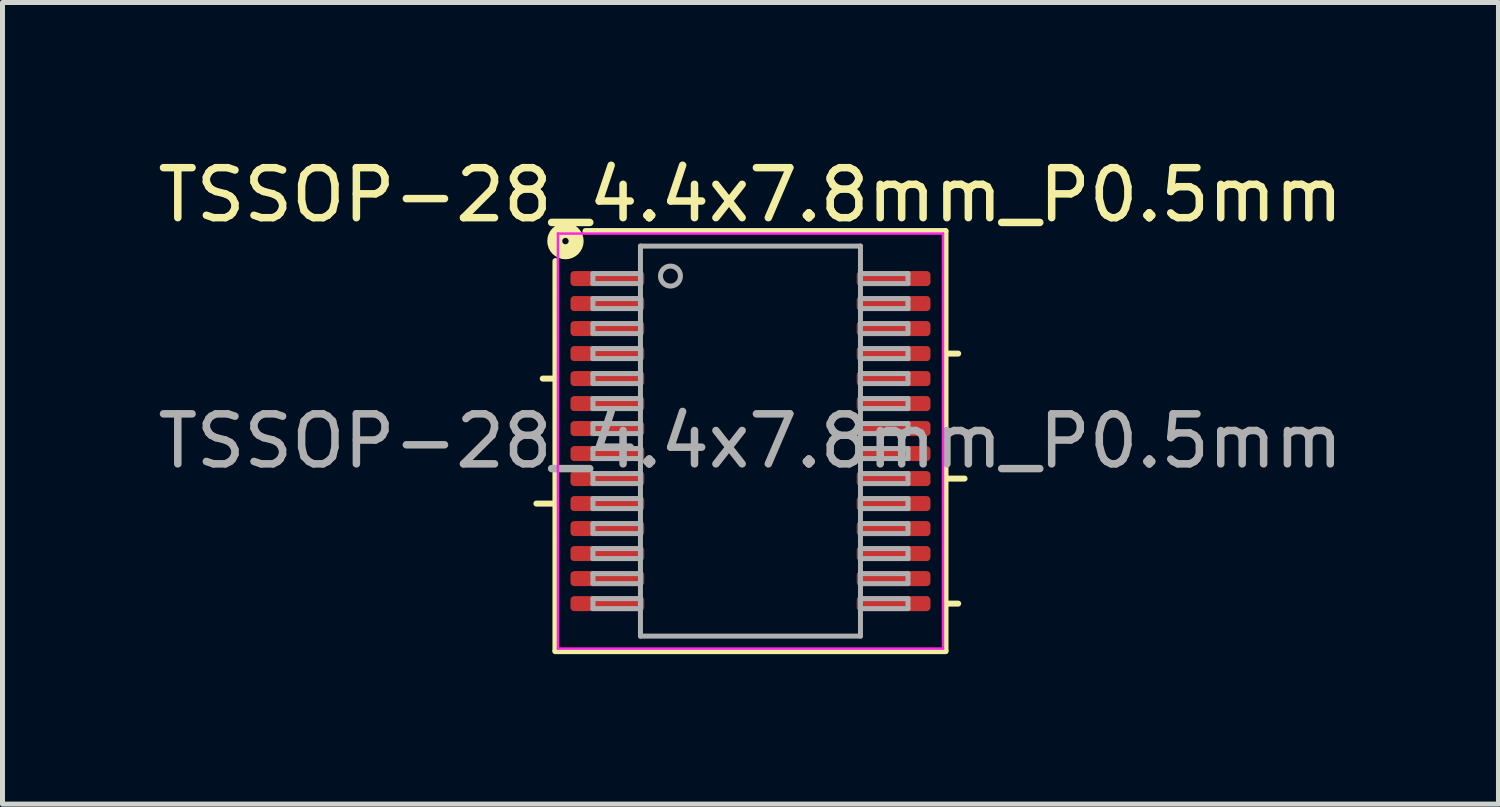
<source format=kicad_pcb>
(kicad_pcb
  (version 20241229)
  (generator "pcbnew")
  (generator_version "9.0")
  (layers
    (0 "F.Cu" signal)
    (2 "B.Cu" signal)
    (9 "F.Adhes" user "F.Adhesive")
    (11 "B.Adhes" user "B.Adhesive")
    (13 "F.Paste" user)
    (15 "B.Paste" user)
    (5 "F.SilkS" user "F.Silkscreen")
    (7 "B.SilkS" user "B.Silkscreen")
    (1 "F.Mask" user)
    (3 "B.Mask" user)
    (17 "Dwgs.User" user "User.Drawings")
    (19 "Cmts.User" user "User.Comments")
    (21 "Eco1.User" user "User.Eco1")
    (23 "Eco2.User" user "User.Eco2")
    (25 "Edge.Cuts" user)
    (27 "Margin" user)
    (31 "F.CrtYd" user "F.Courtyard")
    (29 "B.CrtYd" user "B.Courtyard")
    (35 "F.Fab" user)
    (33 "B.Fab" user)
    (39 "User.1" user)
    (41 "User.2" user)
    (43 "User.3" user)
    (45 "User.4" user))
  (footprint "TSSOP-28_4.4x7.8mm_P0.5mm"
    (layer "F.Cu")
    (at 11.958 5.771)
    (property "Reference" "TSSOP-28_4.4x7.8mm_P0.5mm" (at 0 -4.923 0) (layer "F.SilkS") (effects (font (size 1 1) (thickness 0.15))))
    (attr smd)
    (fp_line (start -4.281 1.25) (end -3.9 1.25) (stroke (width 0.12) (type solid)) (layer "F.SilkS"))
    (fp_line (start -4.154 -1.25) (end -3.9 -1.25) (stroke (width 0.12) (type solid)) (layer "F.SilkS"))
    (fp_line (start -3.9 -3.6) (end -3.9 4.2) (stroke (width 0.12) (type solid)) (layer "F.SilkS"))
    (fp_line (start -3.9 4.2) (end 3.9 4.2) (stroke (width 0.12) (type solid)) (layer "F.SilkS"))
    (fp_line (start 3.9 -4.2) (end -3.3 -4.2) (stroke (width 0.12) (type solid)) (layer "F.SilkS"))
    (fp_line (start 3.9 -1.75) (end 4.154 -1.75) (stroke (width 0.12) (type solid)) (layer "F.SilkS"))
    (fp_line (start 3.9 0.75) (end 4.281 0.75) (stroke (width 0.12) (type solid)) (layer "F.SilkS"))
    (fp_line (start 3.9 3.25) (end 4.154 3.25) (stroke (width 0.12) (type solid)) (layer "F.SilkS"))
    (fp_line (start 3.9 4.2) (end 3.9 -4.2) (stroke (width 0.12) (type solid)) (layer "F.SilkS"))
    (fp_circle (center -3.7 -4) (end -3.636 -4) (stroke (width 0.3) (type solid)) (fill no) (layer "F.SilkS"))
    (fp_line (start -3.85 -4.15) (end -3.85 4.15) (stroke (width 0.05) (type solid)) (layer "F.CrtYd"))
    (fp_line (start -3.85 4.15) (end 3.85 4.15) (stroke (width 0.05) (type solid)) (layer "F.CrtYd"))
    (fp_line (start 3.85 -4.15) (end -3.85 -4.15) (stroke (width 0.05) (type solid)) (layer "F.CrtYd"))
    (fp_line (start 3.85 4.15) (end 3.85 -4.15) (stroke (width 0.05) (type solid)) (layer "F.CrtYd"))
    (fp_line (start -3.15 -3.35) (end -3.15 -3.15) (stroke (width 0.1) (type solid)) (layer "F.Fab"))
    (fp_line (start -3.15 -3.35) (end -2.2 -3.35) (stroke (width 0.1) (type solid)) (layer "F.Fab"))
    (fp_line (start -3.15 -3.15) (end -2.2 -3.15) (stroke (width 0.1) (type solid)) (layer "F.Fab"))
    (fp_line (start -3.15 -2.85) (end -3.15 -2.65) (stroke (width 0.1) (type solid)) (layer "F.Fab"))
    (fp_line (start -3.15 -2.85) (end -2.2 -2.85) (stroke (width 0.1) (type solid)) (layer "F.Fab"))
    (fp_line (start -3.15 -2.65) (end -2.2 -2.65) (stroke (width 0.1) (type solid)) (layer "F.Fab"))
    (fp_line (start -3.15 -2.35) (end -3.15 -2.15) (stroke (width 0.1) (type solid)) (layer "F.Fab"))
    (fp_line (start -3.15 -2.35) (end -2.2 -2.35) (stroke (width 0.1) (type solid)) (layer "F.Fab"))
    (fp_line (start -3.15 -2.15) (end -2.2 -2.15) (stroke (width 0.1) (type solid)) (layer "F.Fab"))
    (fp_line (start -3.15 -1.85) (end -3.15 -1.65) (stroke (width 0.1) (type solid)) (layer "F.Fab"))
    (fp_line (start -3.15 -1.85) (end -2.2 -1.85) (stroke (width 0.1) (type solid)) (layer "F.Fab"))
    (fp_line (start -3.15 -1.65) (end -2.2 -1.65) (stroke (width 0.1) (type solid)) (layer "F.Fab"))
    (fp_line (start -3.15 -1.35) (end -3.15 -1.15) (stroke (width 0.1) (type solid)) (layer "F.Fab"))
    (fp_line (start -3.15 -1.35) (end -2.2 -1.35) (stroke (width 0.1) (type solid)) (layer "F.Fab"))
    (fp_line (start -3.15 -1.15) (end -2.2 -1.15) (stroke (width 0.1) (type solid)) (layer "F.Fab"))
    (fp_line (start -3.15 -0.85) (end -3.15 -0.65) (stroke (width 0.1) (type solid)) (layer "F.Fab"))
    (fp_line (start -3.15 -0.85) (end -2.2 -0.85) (stroke (width 0.1) (type solid)) (layer "F.Fab"))
    (fp_line (start -3.15 -0.65) (end -2.2 -0.65) (stroke (width 0.1) (type solid)) (layer "F.Fab"))
    (fp_line (start -3.15 -0.35) (end -3.15 -0.15) (stroke (width 0.1) (type solid)) (layer "F.Fab"))
    (fp_line (start -3.15 -0.35) (end -2.2 -0.35) (stroke (width 0.1) (type solid)) (layer "F.Fab"))
    (fp_line (start -3.15 -0.15) (end -2.2 -0.15) (stroke (width 0.1) (type solid)) (layer "F.Fab"))
    (fp_line (start -3.15 0.15) (end -3.15 0.35) (stroke (width 0.1) (type solid)) (layer "F.Fab"))
    (fp_line (start -3.15 0.15) (end -2.2 0.15) (stroke (width 0.1) (type solid)) (layer "F.Fab"))
    (fp_line (start -3.15 0.35) (end -2.2 0.35) (stroke (width 0.1) (type solid)) (layer "F.Fab"))
    (fp_line (start -3.15 0.65) (end -3.15 0.85) (stroke (width 0.1) (type solid)) (layer "F.Fab"))
    (fp_line (start -3.15 0.65) (end -2.2 0.65) (stroke (width 0.1) (type solid)) (layer "F.Fab"))
    (fp_line (start -3.15 0.85) (end -2.2 0.85) (stroke (width 0.1) (type solid)) (layer "F.Fab"))
    (fp_line (start -3.15 1.15) (end -3.15 1.35) (stroke (width 0.1) (type solid)) (layer "F.Fab"))
    (fp_line (start -3.15 1.15) (end -2.2 1.15) (stroke (width 0.1) (type solid)) (layer "F.Fab"))
    (fp_line (start -3.15 1.35) (end -2.2 1.35) (stroke (width 0.1) (type solid)) (layer "F.Fab"))
    (fp_line (start -3.15 1.65) (end -3.15 1.85) (stroke (width 0.1) (type solid)) (layer "F.Fab"))
    (fp_line (start -3.15 1.65) (end -2.2 1.65) (stroke (width 0.1) (type solid)) (layer "F.Fab"))
    (fp_line (start -3.15 1.85) (end -2.2 1.85) (stroke (width 0.1) (type solid)) (layer "F.Fab"))
    (fp_line (start -3.15 2.15) (end -3.15 2.35) (stroke (width 0.1) (type solid)) (layer "F.Fab"))
    (fp_line (start -3.15 2.15) (end -2.2 2.15) (stroke (width 0.1) (type solid)) (layer "F.Fab"))
    (fp_line (start -3.15 2.35) (end -2.2 2.35) (stroke (width 0.1) (type solid)) (layer "F.Fab"))
    (fp_line (start -3.15 2.65) (end -3.15 2.85) (stroke (width 0.1) (type solid)) (layer "F.Fab"))
    (fp_line (start -3.15 2.65) (end -2.2 2.65) (stroke (width 0.1) (type solid)) (layer "F.Fab"))
    (fp_line (start -3.15 2.85) (end -2.2 2.85) (stroke (width 0.1) (type solid)) (layer "F.Fab"))
    (fp_line (start -3.15 3.15) (end -3.15 3.35) (stroke (width 0.1) (type solid)) (layer "F.Fab"))
    (fp_line (start -3.15 3.15) (end -2.2 3.15) (stroke (width 0.1) (type solid)) (layer "F.Fab"))
    (fp_line (start -3.15 3.35) (end -2.2 3.35) (stroke (width 0.1) (type solid)) (layer "F.Fab"))
    (fp_line (start -2.2 -3.9) (end 2.2 -3.9) (stroke (width 0.1) (type solid)) (layer "F.Fab"))
    (fp_line (start -2.2 3.9) (end -2.2 -3.9) (stroke (width 0.1) (type solid)) (layer "F.Fab"))
    (fp_line (start 2.2 -3.9) (end 2.2 3.9) (stroke (width 0.1) (type solid)) (layer "F.Fab"))
    (fp_line (start 2.2 3.9) (end -2.2 3.9) (stroke (width 0.1) (type solid)) (layer "F.Fab"))
    (fp_line (start 3.15 -3.35) (end 2.2 -3.35) (stroke (width 0.1) (type solid)) (layer "F.Fab"))
    (fp_line (start 3.15 -3.15) (end 2.2 -3.15) (stroke (width 0.1) (type solid)) (layer "F.Fab"))
    (fp_line (start 3.15 -3.15) (end 3.15 -3.35) (stroke (width 0.1) (type solid)) (layer "F.Fab"))
    (fp_line (start 3.15 -2.85) (end 2.2 -2.85) (stroke (width 0.1) (type solid)) (layer "F.Fab"))
    (fp_line (start 3.15 -2.65) (end 2.2 -2.65) (stroke (width 0.1) (type solid)) (layer "F.Fab"))
    (fp_line (start 3.15 -2.65) (end 3.15 -2.85) (stroke (width 0.1) (type solid)) (layer "F.Fab"))
    (fp_line (start 3.15 -2.35) (end 2.2 -2.35) (stroke (width 0.1) (type solid)) (layer "F.Fab"))
    (fp_line (start 3.15 -2.15) (end 2.2 -2.15) (stroke (width 0.1) (type solid)) (layer "F.Fab"))
    (fp_line (start 3.15 -2.15) (end 3.15 -2.35) (stroke (width 0.1) (type solid)) (layer "F.Fab"))
    (fp_line (start 3.15 -1.85) (end 2.2 -1.85) (stroke (width 0.1) (type solid)) (layer "F.Fab"))
    (fp_line (start 3.15 -1.65) (end 2.2 -1.65) (stroke (width 0.1) (type solid)) (layer "F.Fab"))
    (fp_line (start 3.15 -1.65) (end 3.15 -1.85) (stroke (width 0.1) (type solid)) (layer "F.Fab"))
    (fp_line (start 3.15 -1.35) (end 2.2 -1.35) (stroke (width 0.1) (type solid)) (layer "F.Fab"))
    (fp_line (start 3.15 -1.15) (end 2.2 -1.15) (stroke (width 0.1) (type solid)) (layer "F.Fab"))
    (fp_line (start 3.15 -1.15) (end 3.15 -1.35) (stroke (width 0.1) (type solid)) (layer "F.Fab"))
    (fp_line (start 3.15 -0.85) (end 2.2 -0.85) (stroke (width 0.1) (type solid)) (layer "F.Fab"))
    (fp_line (start 3.15 -0.65) (end 2.2 -0.65) (stroke (width 0.1) (type solid)) (layer "F.Fab"))
    (fp_line (start 3.15 -0.65) (end 3.15 -0.85) (stroke (width 0.1) (type solid)) (layer "F.Fab"))
    (fp_line (start 3.15 -0.35) (end 2.2 -0.35) (stroke (width 0.1) (type solid)) (layer "F.Fab"))
    (fp_line (start 3.15 -0.15) (end 2.2 -0.15) (stroke (width 0.1) (type solid)) (layer "F.Fab"))
    (fp_line (start 3.15 -0.15) (end 3.15 -0.35) (stroke (width 0.1) (type solid)) (layer "F.Fab"))
    (fp_line (start 3.15 0.15) (end 2.2 0.15) (stroke (width 0.1) (type solid)) (layer "F.Fab"))
    (fp_line (start 3.15 0.35) (end 2.2 0.35) (stroke (width 0.1) (type solid)) (layer "F.Fab"))
    (fp_line (start 3.15 0.35) (end 3.15 0.15) (stroke (width 0.1) (type solid)) (layer "F.Fab"))
    (fp_line (start 3.15 0.65) (end 2.2 0.65) (stroke (width 0.1) (type solid)) (layer "F.Fab"))
    (fp_line (start 3.15 0.85) (end 2.2 0.85) (stroke (width 0.1) (type solid)) (layer "F.Fab"))
    (fp_line (start 3.15 0.85) (end 3.15 0.65) (stroke (width 0.1) (type solid)) (layer "F.Fab"))
    (fp_line (start 3.15 1.15) (end 2.2 1.15) (stroke (width 0.1) (type solid)) (layer "F.Fab"))
    (fp_line (start 3.15 1.35) (end 2.2 1.35) (stroke (width 0.1) (type solid)) (layer "F.Fab"))
    (fp_line (start 3.15 1.35) (end 3.15 1.15) (stroke (width 0.1) (type solid)) (layer "F.Fab"))
    (fp_line (start 3.15 1.65) (end 2.2 1.65) (stroke (width 0.1) (type solid)) (layer "F.Fab"))
    (fp_line (start 3.15 1.85) (end 2.2 1.85) (stroke (width 0.1) (type solid)) (layer "F.Fab"))
    (fp_line (start 3.15 1.85) (end 3.15 1.65) (stroke (width 0.1) (type solid)) (layer "F.Fab"))
    (fp_line (start 3.15 2.15) (end 2.2 2.15) (stroke (width 0.1) (type solid)) (layer "F.Fab"))
    (fp_line (start 3.15 2.35) (end 2.2 2.35) (stroke (width 0.1) (type solid)) (layer "F.Fab"))
    (fp_line (start 3.15 2.35) (end 3.15 2.15) (stroke (width 0.1) (type solid)) (layer "F.Fab"))
    (fp_line (start 3.15 2.65) (end 2.2 2.65) (stroke (width 0.1) (type solid)) (layer "F.Fab"))
    (fp_line (start 3.15 2.85) (end 2.2 2.85) (stroke (width 0.1) (type solid)) (layer "F.Fab"))
    (fp_line (start 3.15 2.85) (end 3.15 2.65) (stroke (width 0.1) (type solid)) (layer "F.Fab"))
    (fp_line (start 3.15 3.15) (end 2.2 3.15) (stroke (width 0.1) (type solid)) (layer "F.Fab"))
    (fp_line (start 3.15 3.35) (end 2.2 3.35) (stroke (width 0.1) (type solid)) (layer "F.Fab"))
    (fp_line (start 3.15 3.35) (end 3.15 3.15) (stroke (width 0.1) (type solid)) (layer "F.Fab"))
    (fp_circle (center -1.6 -3.3) (end -1.4 -3.3) (stroke (width 0.1) (type solid)) (fill no) (layer "F.Fab"))
    (fp_text user "${REFERENCE}" (at 0 0 0) (layer "F.Fab") (effects (font (size 1 1) (thickness 0.15))))
    (pad "1" smd roundrect (at -2.862 -3.25) (size 1.475 0.3) (layers "F.Cu" "F.Mask" "F.Paste") (roundrect_rratio 0.25))
    (pad "2" smd roundrect (at -2.862 -2.75) (size 1.475 0.3) (layers "F.Cu" "F.Mask" "F.Paste") (roundrect_rratio 0.25))
    (pad "3" smd roundrect (at -2.862 -2.25) (size 1.475 0.3) (layers "F.Cu" "F.Mask" "F.Paste") (roundrect_rratio 0.25))
    (pad "4" smd roundrect (at -2.862 -1.75) (size 1.475 0.3) (layers "F.Cu" "F.Mask" "F.Paste") (roundrect_rratio 0.25))
    (pad "5" smd roundrect (at -2.862 -1.25) (size 1.475 0.3) (layers "F.Cu" "F.Mask" "F.Paste") (roundrect_rratio 0.25))
    (pad "6" smd roundrect (at -2.862 -0.75) (size 1.475 0.3) (layers "F.Cu" "F.Mask" "F.Paste") (roundrect_rratio 0.25))
    (pad "7" smd roundrect (at -2.862 -0.25) (size 1.475 0.3) (layers "F.Cu" "F.Mask" "F.Paste") (roundrect_rratio 0.25))
    (pad "8" smd roundrect (at -2.862 0.25) (size 1.475 0.3) (layers "F.Cu" "F.Mask" "F.Paste") (roundrect_rratio 0.25))
    (pad "9" smd roundrect (at -2.862 0.75) (size 1.475 0.3) (layers "F.Cu" "F.Mask" "F.Paste") (roundrect_rratio 0.25))
    (pad "10" smd roundrect (at -2.862 1.25) (size 1.475 0.3) (layers "F.Cu" "F.Mask" "F.Paste") (roundrect_rratio 0.25))
    (pad "11" smd roundrect (at -2.862 1.75) (size 1.475 0.3) (layers "F.Cu" "F.Mask" "F.Paste") (roundrect_rratio 0.25))
    (pad "12" smd roundrect (at -2.862 2.25) (size 1.475 0.3) (layers "F.Cu" "F.Mask" "F.Paste") (roundrect_rratio 0.25))
    (pad "13" smd roundrect (at -2.862 2.75) (size 1.475 0.3) (layers "F.Cu" "F.Mask" "F.Paste") (roundrect_rratio 0.25))
    (pad "14" smd roundrect (at -2.862 3.25) (size 1.475 0.3) (layers "F.Cu" "F.Mask" "F.Paste") (roundrect_rratio 0.25))
    (pad "15" smd roundrect (at 2.862 3.25) (size 1.475 0.3) (layers "F.Cu" "F.Mask" "F.Paste") (roundrect_rratio 0.25))
    (pad "16" smd roundrect (at 2.862 2.75) (size 1.475 0.3) (layers "F.Cu" "F.Mask" "F.Paste") (roundrect_rratio 0.25))
    (pad "17" smd roundrect (at 2.862 2.25) (size 1.475 0.3) (layers "F.Cu" "F.Mask" "F.Paste") (roundrect_rratio 0.25))
    (pad "18" smd roundrect (at 2.862 1.75) (size 1.475 0.3) (layers "F.Cu" "F.Mask" "F.Paste") (roundrect_rratio 0.25))
    (pad "19" smd roundrect (at 2.862 1.25) (size 1.475 0.3) (layers "F.Cu" "F.Mask" "F.Paste") (roundrect_rratio 0.25))
    (pad "20" smd roundrect (at 2.862 0.75) (size 1.475 0.3) (layers "F.Cu" "F.Mask" "F.Paste") (roundrect_rratio 0.25))
    (pad "21" smd roundrect (at 2.862 0.25) (size 1.475 0.3) (layers "F.Cu" "F.Mask" "F.Paste") (roundrect_rratio 0.25))
    (pad "22" smd roundrect (at 2.862 -0.25) (size 1.475 0.3) (layers "F.Cu" "F.Mask" "F.Paste") (roundrect_rratio 0.25))
    (pad "23" smd roundrect (at 2.862 -0.75) (size 1.475 0.3) (layers "F.Cu" "F.Mask" "F.Paste") (roundrect_rratio 0.25))
    (pad "24" smd roundrect (at 2.862 -1.25) (size 1.475 0.3) (layers "F.Cu" "F.Mask" "F.Paste") (roundrect_rratio 0.25))
    (pad "25" smd roundrect (at 2.862 -1.75) (size 1.475 0.3) (layers "F.Cu" "F.Mask" "F.Paste") (roundrect_rratio 0.25))
    (pad "26" smd roundrect (at 2.862 -2.25) (size 1.475 0.3) (layers "F.Cu" "F.Mask" "F.Paste") (roundrect_rratio 0.25))
    (pad "27" smd roundrect (at 2.862 -2.75) (size 1.475 0.3) (layers "F.Cu" "F.Mask" "F.Paste") (roundrect_rratio 0.25))
    (pad "28" smd roundrect (at 2.862 -3.25) (size 1.475 0.3) (layers "F.Cu" "F.Mask" "F.Paste") (roundrect_rratio 0.25)))
  (gr_rect
    (start -3 -3)
    (end 26.917 13.031)
    (stroke (width 0.1) (type default))
    (fill no)
    (layer "Edge.Cuts")))
</source>
